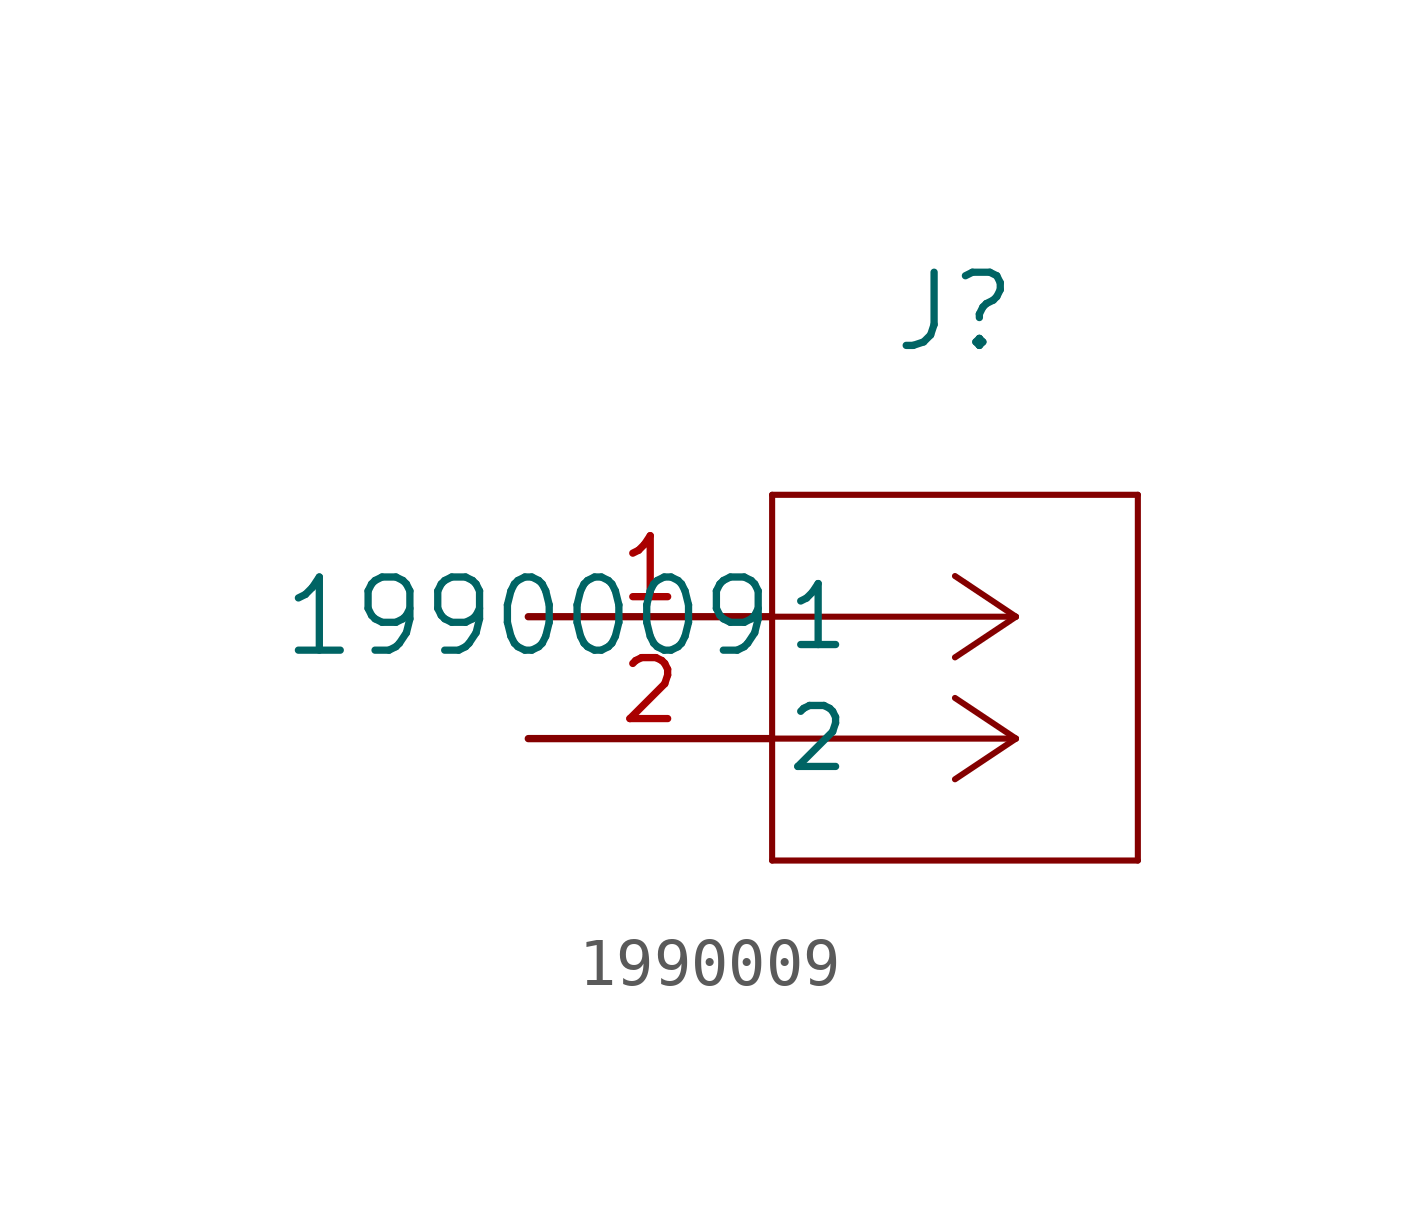
<source format=kicad_sym>
(kicad_symbol_lib
  (version 20211014)
  (generator kicad_symbol_editor)
  (symbol "1990009"
    (pin_names
      (offset 0.254))
    (property "Reference" "J"
      (at 8.89 6.35 0)
      (effects (font (size 1.524 1.524))))
    (property "Value" "1990009"
      (at 0 0 0)
      (effects (font (size 1.524 1.524))))
    (symbol "1990009_0_1"
      (polyline (pts (xy 10.16 0) (xy 5.08 0)) (stroke (width 0.127) (type default) (color 0 0 0 0)) (fill (type none)))
      (polyline (pts (xy 10.16 -2.54) (xy 5.08 -2.54)) (stroke (width 0.127) (type default) (color 0 0 0 0)) (fill (type none)))
      (polyline (pts (xy 10.16 0) (xy 8.89 0.847)) (stroke (width 0.127) (type default) (color 0 0 0 0)) (fill (type none)))
      (polyline (pts (xy 10.16 -2.54) (xy 8.89 -1.693)) (stroke (width 0.127) (type default) (color 0 0 0 0)) (fill (type none)))
      (polyline (pts (xy 10.16 0) (xy 8.89 -0.847)) (stroke (width 0.127) (type default) (color 0 0 0 0)) (fill (type none)))
      (polyline (pts (xy 10.16 -2.54) (xy 8.89 -3.387)) (stroke (width 0.127) (type default) (color 0 0 0 0)) (fill (type none)))
      (polyline (pts (xy 5.08 2.54) (xy 5.08 -5.08)) (stroke (width 0.127) (type default) (color 0 0 0 0)) (fill (type none)))
      (polyline (pts (xy 5.08 -5.08) (xy 12.7 -5.08)) (stroke (width 0.127) (type default) (color 0 0 0 0)) (fill (type none)))
      (polyline (pts (xy 12.7 -5.08) (xy 12.7 2.54)) (stroke (width 0.127) (type default) (color 0 0 0 0)) (fill (type none)))
      (polyline (pts (xy 12.7 2.54) (xy 5.08 2.54)) (stroke (width 0.127) (type default) (color 0 0 0 0)) (fill (type none)))
      (pin unspecified line (at 0 0 0) (length 5.08) (name "1" (effects (font (size 1.27 1.27)))) (number "1" (effects (font (size 1.27 1.27)))))
      (pin unspecified line (at 0 -2.54 0) (length 5.08) (name "2" (effects (font (size 1.27 1.27)))) (number "2" (effects (font (size 1.27 1.27))))))))
</source>
